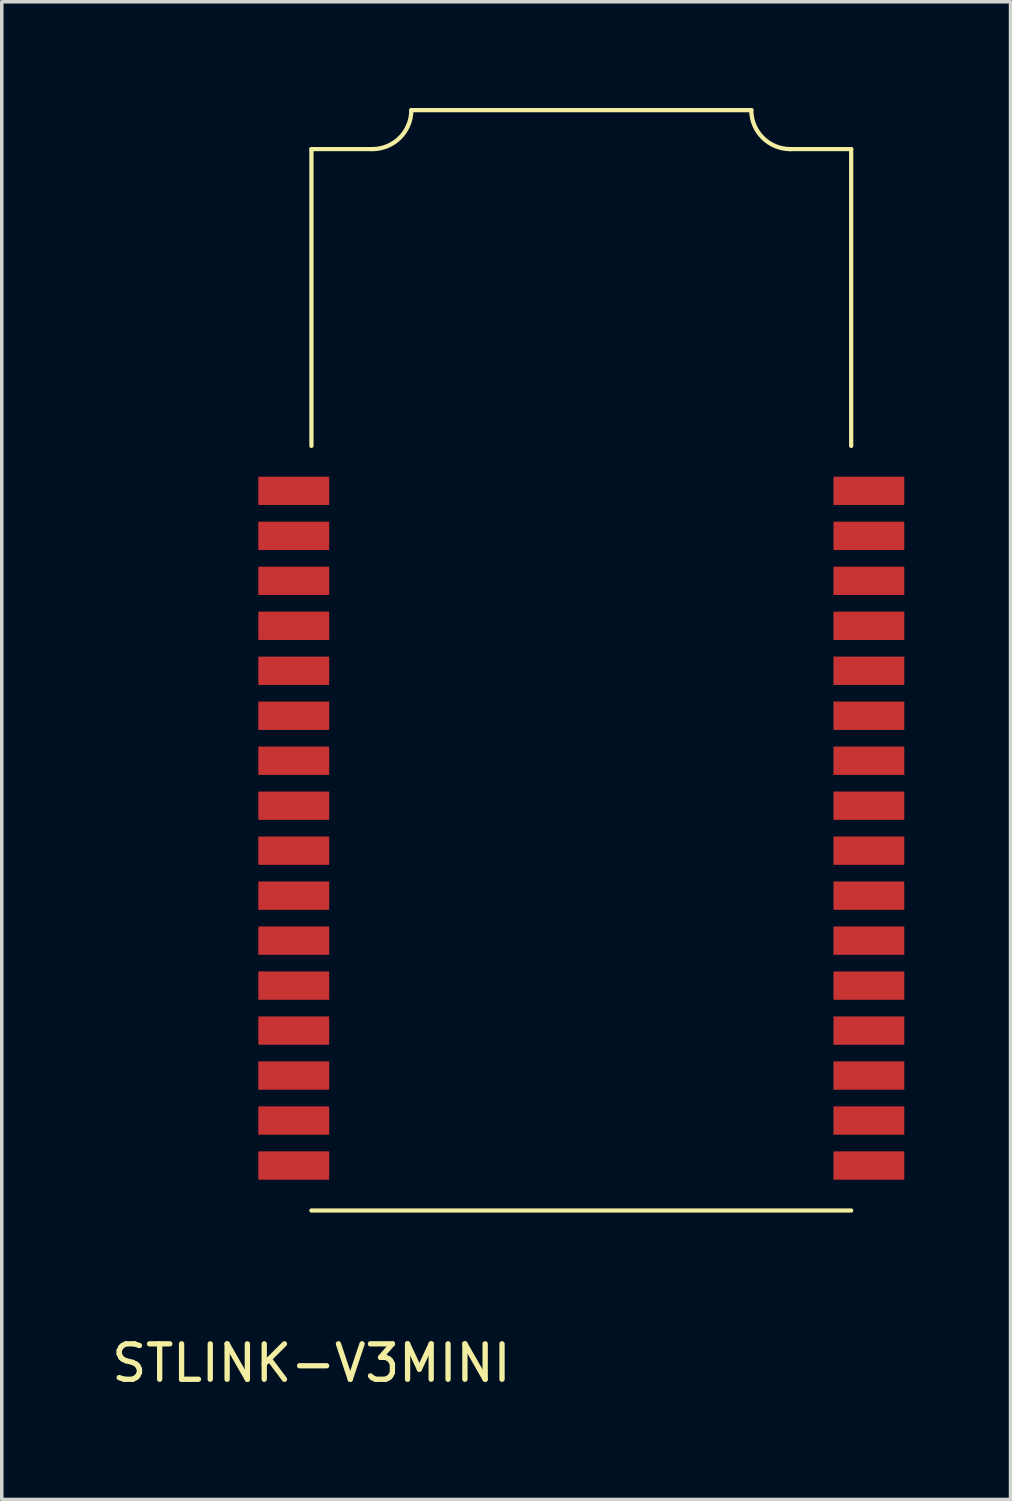
<source format=kicad_pcb>
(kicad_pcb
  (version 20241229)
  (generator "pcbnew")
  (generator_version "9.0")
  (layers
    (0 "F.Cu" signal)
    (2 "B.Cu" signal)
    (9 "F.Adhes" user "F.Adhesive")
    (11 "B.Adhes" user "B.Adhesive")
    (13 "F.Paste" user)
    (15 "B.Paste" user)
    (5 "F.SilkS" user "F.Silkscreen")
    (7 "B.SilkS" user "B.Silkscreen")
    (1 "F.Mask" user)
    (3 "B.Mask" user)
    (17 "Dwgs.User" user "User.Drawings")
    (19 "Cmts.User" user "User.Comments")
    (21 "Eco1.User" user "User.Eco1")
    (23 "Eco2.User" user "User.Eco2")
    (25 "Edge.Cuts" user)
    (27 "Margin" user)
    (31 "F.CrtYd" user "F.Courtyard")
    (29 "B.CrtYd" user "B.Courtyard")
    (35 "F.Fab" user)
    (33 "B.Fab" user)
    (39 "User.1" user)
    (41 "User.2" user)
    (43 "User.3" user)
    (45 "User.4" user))
  (footprint "STLINK-V3MINI"
    (layer "F.Cu")
    (at 5.744 31.13)
    (property "Reference" "STLINK-V3MINI" (at 0 4.31 0) (layer "F.SilkS") (effects (font (size 1 1) (thickness 0.15))))
    (attr through_hole)
    (fp_line (start 0 -21.59) (end 0 -29.97) (stroke (width 0.12) (type solid)) (layer "F.SilkS"))
    (fp_line (start 1.72 -29.97) (end 0 -29.97) (stroke (width 0.12) (type solid)) (layer "F.SilkS"))
    (fp_line (start 2.82 -31.07) (end 12.42 -31.07) (stroke (width 0.12) (type solid)) (layer "F.SilkS"))
    (fp_line (start 15.24 -29.97) (end 13.52 -29.97) (stroke (width 0.12) (type solid)) (layer "F.SilkS"))
    (fp_line (start 15.24 -21.59) (end 15.24 -29.97) (stroke (width 0.12) (type solid)) (layer "F.SilkS"))
    (fp_line (start 15.24 0) (end 0 0) (stroke (width 0.12) (type solid)) (layer "F.SilkS"))
    (fp_arc (start 2.82 -31.07) (mid 2.497817 -30.292183) (end 1.72 -29.97) (stroke (width 0.12) (type solid)) (layer "F.SilkS"))
    (fp_arc (start 13.52 -29.97) (mid 12.742183 -30.292183) (end 12.42 -31.07) (stroke (width 0.12) (type solid)) (layer "F.SilkS"))
    (pad "1" smd rect (at 0 -20.32) (size 2 0.8) (drill (offset -0.5 0)) (layers "F.Cu" "F.Mask" "F.Paste"))
    (pad "2" smd rect (at 0 -19.05) (size 2 0.8) (drill (offset -0.5 0)) (layers "F.Cu" "F.Mask" "F.Paste"))
    (pad "3" smd rect (at 0 -17.78) (size 2 0.8) (drill (offset -0.5 0)) (layers "F.Cu" "F.Mask" "F.Paste"))
    (pad "4" smd rect (at 0 -16.51) (size 2 0.8) (drill (offset -0.5 0)) (layers "F.Cu" "F.Mask" "F.Paste"))
    (pad "5" smd rect (at 0 -15.24) (size 2 0.8) (drill (offset -0.5 0)) (layers "F.Cu" "F.Mask" "F.Paste"))
    (pad "6" smd rect (at 0 -13.97) (size 2 0.8) (drill (offset -0.5 0)) (layers "F.Cu" "F.Mask" "F.Paste"))
    (pad "7" smd rect (at 0 -12.7) (size 2 0.8) (drill (offset -0.5 0)) (layers "F.Cu" "F.Mask" "F.Paste"))
    (pad "8" smd rect (at 0 -11.43) (size 2 0.8) (drill (offset -0.5 0)) (layers "F.Cu" "F.Mask" "F.Paste"))
    (pad "9" smd rect (at 0 -10.16) (size 2 0.8) (drill (offset -0.5 0)) (layers "F.Cu" "F.Mask" "F.Paste"))
    (pad "10" smd rect (at 0 -8.89) (size 2 0.8) (drill (offset -0.5 0)) (layers "F.Cu" "F.Mask" "F.Paste"))
    (pad "11" smd rect (at 0 -7.62) (size 2 0.8) (drill (offset -0.5 0)) (layers "F.Cu" "F.Mask" "F.Paste"))
    (pad "12" smd rect (at 0 -6.35) (size 2 0.8) (drill (offset -0.5 0)) (layers "F.Cu" "F.Mask" "F.Paste"))
    (pad "13" smd rect (at 0 -5.08) (size 2 0.8) (drill (offset -0.5 0)) (layers "F.Cu" "F.Mask" "F.Paste"))
    (pad "14" smd rect (at 0 -3.81) (size 2 0.8) (drill (offset -0.5 0)) (layers "F.Cu" "F.Mask" "F.Paste"))
    (pad "15" smd rect (at 0 -2.54) (size 2 0.8) (drill (offset -0.5 0)) (layers "F.Cu" "F.Mask" "F.Paste"))
    (pad "16" smd rect (at 0 -1.27) (size 2 0.8) (drill (offset -0.5 0)) (layers "F.Cu" "F.Mask" "F.Paste"))
    (pad "17" smd rect (at 15.24 -1.27) (size 2 0.8) (drill (offset 0.5 0)) (layers "F.Cu" "F.Mask" "F.Paste"))
    (pad "18" smd rect (at 15.24 -2.54) (size 2 0.8) (drill (offset 0.5 0)) (layers "F.Cu" "F.Mask" "F.Paste"))
    (pad "19" smd rect (at 15.24 -3.81) (size 2 0.8) (drill (offset 0.5 0)) (layers "F.Cu" "F.Mask" "F.Paste"))
    (pad "20" smd rect (at 15.24 -5.08) (size 2 0.8) (drill (offset 0.5 0)) (layers "F.Cu" "F.Mask" "F.Paste"))
    (pad "21" smd rect (at 15.24 -6.35) (size 2 0.8) (drill (offset 0.5 0)) (layers "F.Cu" "F.Mask" "F.Paste"))
    (pad "22" smd rect (at 15.24 -7.62) (size 2 0.8) (drill (offset 0.5 0)) (layers "F.Cu" "F.Mask" "F.Paste"))
    (pad "23" smd rect (at 15.24 -8.89) (size 2 0.8) (drill (offset 0.5 0)) (layers "F.Cu" "F.Mask" "F.Paste"))
    (pad "24" smd rect (at 15.24 -10.16) (size 2 0.8) (drill (offset 0.5 0)) (layers "F.Cu" "F.Mask" "F.Paste"))
    (pad "25" smd rect (at 15.24 -11.43) (size 2 0.8) (drill (offset 0.5 0)) (layers "F.Cu" "F.Mask" "F.Paste"))
    (pad "26" smd rect (at 15.24 -12.7) (size 2 0.8) (drill (offset 0.5 0)) (layers "F.Cu" "F.Mask" "F.Paste"))
    (pad "27" smd rect (at 15.24 -13.97) (size 2 0.8) (drill (offset 0.5 0)) (layers "F.Cu" "F.Mask" "F.Paste"))
    (pad "28" smd rect (at 15.24 -15.24) (size 2 0.8) (drill (offset 0.5 0)) (layers "F.Cu" "F.Mask" "F.Paste"))
    (pad "29" smd rect (at 15.24 -16.51) (size 2 0.8) (drill (offset 0.5 0)) (layers "F.Cu" "F.Mask" "F.Paste"))
    (pad "30" smd rect (at 15.24 -17.78) (size 2 0.8) (drill (offset 0.5 0)) (layers "F.Cu" "F.Mask" "F.Paste"))
    (pad "31" smd rect (at 15.24 -19.05) (size 2 0.8) (drill (offset 0.5 0)) (layers "F.Cu" "F.Mask" "F.Paste"))
    (pad "32" smd rect (at 15.24 -20.32) (size 2 0.8) (drill (offset 0.5 0)) (layers "F.Cu" "F.Mask" "F.Paste")))
  (gr_rect
    (start -3 -3)
    (end 25.484 39.288)
    (stroke (width 0.1) (type default))
    (fill no)
    (layer "Edge.Cuts")))
</source>
